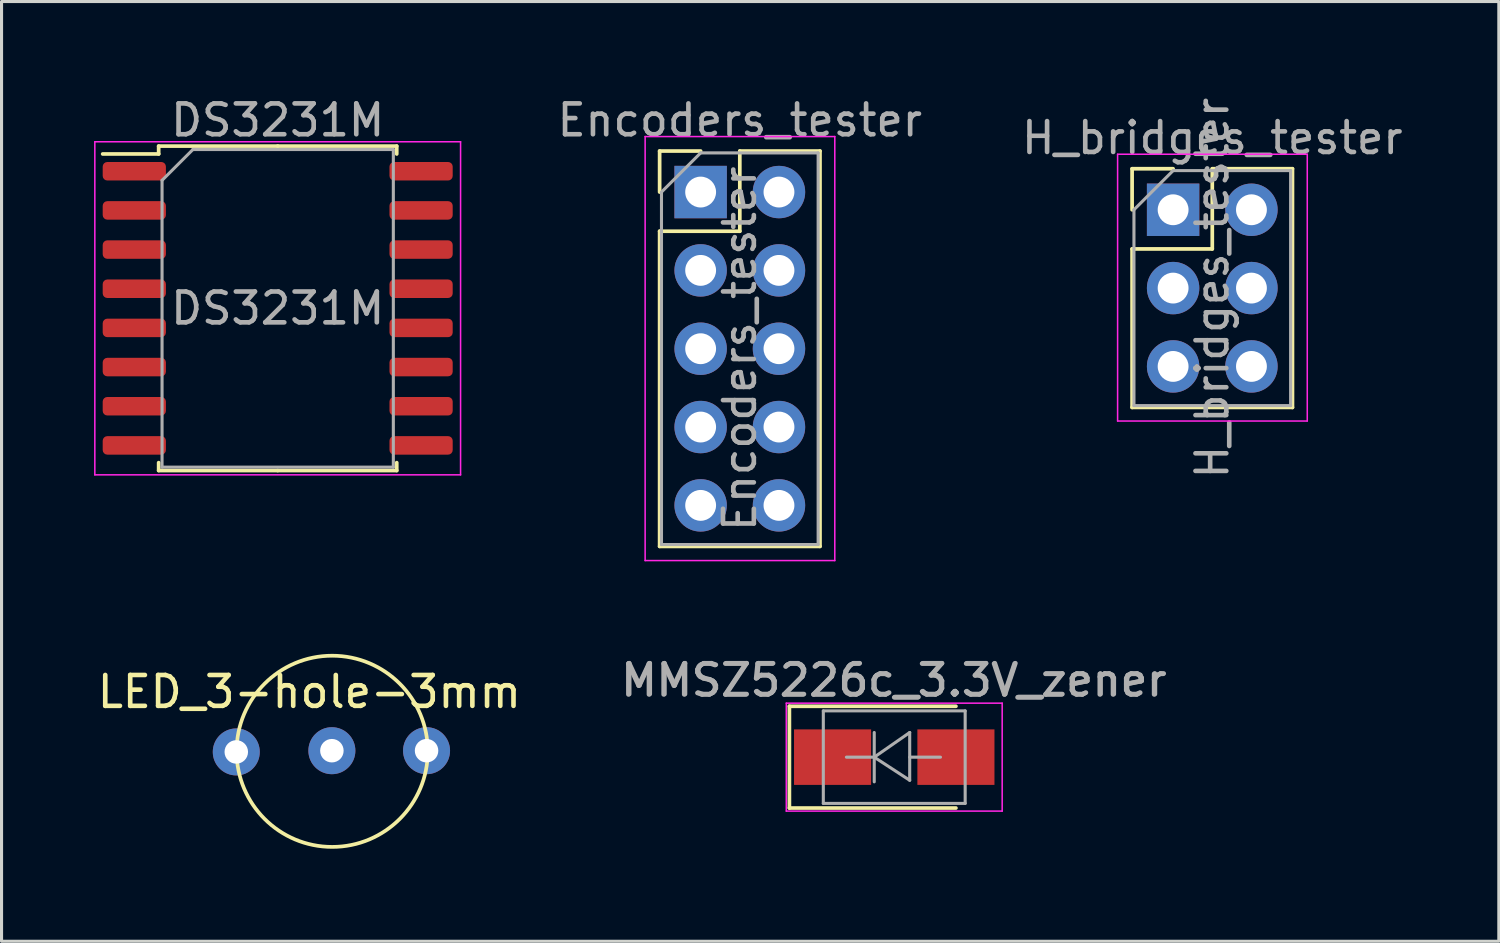
<source format=kicad_pcb>
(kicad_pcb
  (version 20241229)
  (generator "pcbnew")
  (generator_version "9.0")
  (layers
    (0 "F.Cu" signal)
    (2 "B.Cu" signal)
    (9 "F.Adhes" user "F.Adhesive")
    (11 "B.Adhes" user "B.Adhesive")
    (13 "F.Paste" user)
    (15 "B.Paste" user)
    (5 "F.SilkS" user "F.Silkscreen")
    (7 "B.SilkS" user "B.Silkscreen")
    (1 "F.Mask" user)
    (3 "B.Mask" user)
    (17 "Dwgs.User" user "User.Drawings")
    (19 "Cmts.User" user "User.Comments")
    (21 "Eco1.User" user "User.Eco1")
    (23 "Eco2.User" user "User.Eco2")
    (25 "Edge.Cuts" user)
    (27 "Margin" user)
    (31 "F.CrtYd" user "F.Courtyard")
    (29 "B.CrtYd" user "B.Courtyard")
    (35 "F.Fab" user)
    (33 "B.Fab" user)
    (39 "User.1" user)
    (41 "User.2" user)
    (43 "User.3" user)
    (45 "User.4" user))
  (footprint "H_bridges_tester"
    (layer "F.Cu")
    (at 34.991 3.752)
    (property "Reference" "H_bridges_tester" (at 1.27 -2.33 0) (layer "F.Fab") (effects (font (size 1 1) (thickness 0.15))))
    (attr through_hole)
    (fp_line (start -1.33 -1.33) (end 0 -1.33) (stroke (width 0.12) (type solid)) (layer "F.SilkS"))
    (fp_line (start -1.33 0) (end -1.33 -1.33) (stroke (width 0.12) (type solid)) (layer "F.SilkS"))
    (fp_line (start -1.33 1.27) (end -1.33 6.41) (stroke (width 0.12) (type solid)) (layer "F.SilkS"))
    (fp_line (start -1.33 1.27) (end 1.27 1.27) (stroke (width 0.12) (type solid)) (layer "F.SilkS"))
    (fp_line (start -1.33 6.41) (end 3.87 6.41) (stroke (width 0.12) (type solid)) (layer "F.SilkS"))
    (fp_line (start 1.27 -1.33) (end 3.87 -1.33) (stroke (width 0.12) (type solid)) (layer "F.SilkS"))
    (fp_line (start 1.27 1.27) (end 1.27 -1.33) (stroke (width 0.12) (type solid)) (layer "F.SilkS"))
    (fp_line (start 3.87 -1.33) (end 3.87 6.41) (stroke (width 0.12) (type solid)) (layer "F.SilkS"))
    (fp_line (start -1.8 -1.8) (end -1.8 6.85) (stroke (width 0.05) (type solid)) (layer "F.CrtYd"))
    (fp_line (start -1.8 6.85) (end 4.35 6.85) (stroke (width 0.05) (type solid)) (layer "F.CrtYd"))
    (fp_line (start 4.35 -1.8) (end -1.8 -1.8) (stroke (width 0.05) (type solid)) (layer "F.CrtYd"))
    (fp_line (start 4.35 6.85) (end 4.35 -1.8) (stroke (width 0.05) (type solid)) (layer "F.CrtYd"))
    (fp_line (start -1.27 0) (end 0 -1.27) (stroke (width 0.1) (type solid)) (layer "F.Fab"))
    (fp_line (start -1.27 6.35) (end -1.27 0) (stroke (width 0.1) (type solid)) (layer "F.Fab"))
    (fp_line (start 0 -1.27) (end 3.81 -1.27) (stroke (width 0.1) (type solid)) (layer "F.Fab"))
    (fp_line (start 3.81 -1.27) (end 3.81 6.35) (stroke (width 0.1) (type solid)) (layer "F.Fab"))
    (fp_line (start 3.81 6.35) (end -1.27 6.35) (stroke (width 0.1) (type solid)) (layer "F.Fab"))
    (fp_text user "${REFERENCE}" (at 1.27 2.54 90) (layer "F.Fab") (effects (font (size 1 1) (thickness 0.15))))
    (pad "1" thru_hole rect (at 0 0) (size 1.7 1.7) (drill 1) (layers "*.Cu" "*.Mask"))
    (pad "2" thru_hole oval (at 2.54 0) (size 1.7 1.7) (drill 1) (layers "*.Cu" "*.Mask"))
    (pad "3" thru_hole oval (at 0 2.54) (size 1.7 1.7) (drill 1) (layers "*.Cu" "*.Mask"))
    (pad "4" thru_hole oval (at 2.54 2.54) (size 1.7 1.7) (drill 1) (layers "*.Cu" "*.Mask"))
    (pad "5" thru_hole oval (at 0 5.08) (size 1.7 1.7) (drill 1) (layers "*.Cu" "*.Mask"))
    (pad "6" thru_hole oval (at 2.54 5.08) (size 1.7 1.7) (drill 1) (layers "*.Cu" "*.Mask")))
  (footprint "DS3231M"
    (layer "F.Cu")
    (at 5.955 6.948)
    (property "Reference" "DS3231M" (at 0 -6.1 0) (layer "F.Fab") (effects (font (size 1 1) (thickness 0.15))))
    (attr smd)
    (fp_line (start -3.86 -5.26) (end -3.86 -5.005) (stroke (width 0.12) (type solid)) (layer "F.SilkS"))
    (fp_line (start -3.86 -5.005) (end -5.675 -5.005) (stroke (width 0.12) (type solid)) (layer "F.SilkS"))
    (fp_line (start -3.86 5.26) (end -3.86 5.005) (stroke (width 0.12) (type solid)) (layer "F.SilkS"))
    (fp_line (start 0 -5.26) (end -3.86 -5.26) (stroke (width 0.12) (type solid)) (layer "F.SilkS"))
    (fp_line (start 0 -5.26) (end 3.86 -5.26) (stroke (width 0.12) (type solid)) (layer "F.SilkS"))
    (fp_line (start 0 5.26) (end -3.86 5.26) (stroke (width 0.12) (type solid)) (layer "F.SilkS"))
    (fp_line (start 0 5.26) (end 3.86 5.26) (stroke (width 0.12) (type solid)) (layer "F.SilkS"))
    (fp_line (start 3.86 -5.26) (end 3.86 -5.005) (stroke (width 0.12) (type solid)) (layer "F.SilkS"))
    (fp_line (start 3.86 5.26) (end 3.86 5.005) (stroke (width 0.12) (type solid)) (layer "F.SilkS"))
    (fp_line (start -5.93 -5.4) (end -5.93 5.4) (stroke (width 0.05) (type solid)) (layer "F.CrtYd"))
    (fp_line (start -5.93 5.4) (end 5.93 5.4) (stroke (width 0.05) (type solid)) (layer "F.CrtYd"))
    (fp_line (start 5.93 -5.4) (end -5.93 -5.4) (stroke (width 0.05) (type solid)) (layer "F.CrtYd"))
    (fp_line (start 5.93 5.4) (end 5.93 -5.4) (stroke (width 0.05) (type solid)) (layer "F.CrtYd"))
    (fp_line (start -3.75 -4.15) (end -2.75 -5.15) (stroke (width 0.1) (type solid)) (layer "F.Fab"))
    (fp_line (start -3.75 5.15) (end -3.75 -4.15) (stroke (width 0.1) (type solid)) (layer "F.Fab"))
    (fp_line (start -2.75 -5.15) (end 3.75 -5.15) (stroke (width 0.1) (type solid)) (layer "F.Fab"))
    (fp_line (start 3.75 -5.15) (end 3.75 5.15) (stroke (width 0.1) (type solid)) (layer "F.Fab"))
    (fp_line (start 3.75 5.15) (end -3.75 5.15) (stroke (width 0.1) (type solid)) (layer "F.Fab"))
    (fp_text user "${REFERENCE}" (at 0 0 0) (layer "F.Fab") (effects (font (size 1 1) (thickness 0.15))))
    (pad "1" smd roundrect (at -4.65 -4.445) (size 2.05 0.6) (layers "F.Cu" "F.Mask" "F.Paste") (roundrect_rratio 0.25))
    (pad "2" smd roundrect (at -4.65 -3.175) (size 2.05 0.6) (layers "F.Cu" "F.Mask" "F.Paste") (roundrect_rratio 0.25))
    (pad "3" smd roundrect (at -4.65 -1.905) (size 2.05 0.6) (layers "F.Cu" "F.Mask" "F.Paste") (roundrect_rratio 0.25))
    (pad "4" smd roundrect (at -4.65 -0.635) (size 2.05 0.6) (layers "F.Cu" "F.Mask" "F.Paste") (roundrect_rratio 0.25))
    (pad "5" smd roundrect (at -4.65 0.635) (size 2.05 0.6) (layers "F.Cu" "F.Mask" "F.Paste") (roundrect_rratio 0.25))
    (pad "6" smd roundrect (at -4.65 1.905) (size 2.05 0.6) (layers "F.Cu" "F.Mask" "F.Paste") (roundrect_rratio 0.25))
    (pad "7" smd roundrect (at -4.65 3.175) (size 2.05 0.6) (layers "F.Cu" "F.Mask" "F.Paste") (roundrect_rratio 0.25))
    (pad "8" smd roundrect (at -4.65 4.445) (size 2.05 0.6) (layers "F.Cu" "F.Mask" "F.Paste") (roundrect_rratio 0.25))
    (pad "9" smd roundrect (at 4.65 4.445) (size 2.05 0.6) (layers "F.Cu" "F.Mask" "F.Paste") (roundrect_rratio 0.25))
    (pad "10" smd roundrect (at 4.65 3.175) (size 2.05 0.6) (layers "F.Cu" "F.Mask" "F.Paste") (roundrect_rratio 0.25))
    (pad "11" smd roundrect (at 4.65 1.905) (size 2.05 0.6) (layers "F.Cu" "F.Mask" "F.Paste") (roundrect_rratio 0.25))
    (pad "12" smd roundrect (at 4.65 0.635) (size 2.05 0.6) (layers "F.Cu" "F.Mask" "F.Paste") (roundrect_rratio 0.25))
    (pad "13" smd roundrect (at 4.65 -0.635) (size 2.05 0.6) (layers "F.Cu" "F.Mask" "F.Paste") (roundrect_rratio 0.25))
    (pad "14" smd roundrect (at 4.65 -1.905) (size 2.05 0.6) (layers "F.Cu" "F.Mask" "F.Paste") (roundrect_rratio 0.25))
    (pad "15" smd roundrect (at 4.65 -3.175) (size 2.05 0.6) (layers "F.Cu" "F.Mask" "F.Paste") (roundrect_rratio 0.25))
    (pad "16" smd roundrect (at 4.65 -4.445) (size 2.05 0.6) (layers "F.Cu" "F.Mask" "F.Paste") (roundrect_rratio 0.25)))
  (footprint "MMSZ5226c_3.3V_zener"
    (layer "F.Cu")
    (at 25.948 21.502)
    (property "Reference" "MMSZ5226c_3.3V_zener" (at -0.025 -2.489 0) (layer "F.Fab") (effects (font (size 1 1) (thickness 0.15))))
    (attr smd)
    (fp_line (start -3.4 -1.65) (end -3.4 1.65) (stroke (width 0.12) (type solid)) (layer "F.SilkS"))
    (fp_line (start -3.4 -1.65) (end 2 -1.65) (stroke (width 0.12) (type solid)) (layer "F.SilkS"))
    (fp_line (start -3.4 1.65) (end 2 1.65) (stroke (width 0.12) (type solid)) (layer "F.SilkS"))
    (fp_line (start -3.5 -1.75) (end 3.5 -1.75) (stroke (width 0.05) (type solid)) (layer "F.CrtYd"))
    (fp_line (start -3.5 1.75) (end -3.5 -1.75) (stroke (width 0.05) (type solid)) (layer "F.CrtYd"))
    (fp_line (start 3.5 -1.75) (end 3.5 1.75) (stroke (width 0.05) (type solid)) (layer "F.CrtYd"))
    (fp_line (start 3.5 1.75) (end -3.5 1.75) (stroke (width 0.05) (type solid)) (layer "F.CrtYd"))
    (fp_line (start -2.3 1.5) (end -2.3 -1.5) (stroke (width 0.1) (type solid)) (layer "F.Fab"))
    (fp_line (start -0.649 -0.799) (end -0.649 0.801) (stroke (width 0.1) (type solid)) (layer "F.Fab"))
    (fp_line (start -0.649 0.001) (end -1.551 0.001) (stroke (width 0.1) (type solid)) (layer "F.Fab"))
    (fp_line (start -0.649 0.001) (end 0.501 -0.799) (stroke (width 0.1) (type solid)) (layer "F.Fab"))
    (fp_line (start -0.649 0.001) (end 0.501 0.75) (stroke (width 0.1) (type solid)) (layer "F.Fab"))
    (fp_line (start 0.501 0.001) (end 1.499 0.001) (stroke (width 0.1) (type solid)) (layer "F.Fab"))
    (fp_line (start 0.501 0.75) (end 0.501 -0.799) (stroke (width 0.1) (type solid)) (layer "F.Fab"))
    (fp_line (start 2.3 -1.5) (end -2.3 -1.5) (stroke (width 0.1) (type solid)) (layer "F.Fab"))
    (fp_line (start 2.3 -1.5) (end 2.3 1.5) (stroke (width 0.1) (type solid)) (layer "F.Fab"))
    (fp_line (start 2.3 1.5) (end -2.3 1.5) (stroke (width 0.1) (type solid)) (layer "F.Fab"))
    (fp_text user "${REFERENCE}" (at 0 -2.5 0) (layer "F.Fab") (effects (font (size 1 1) (thickness 0.15))))
    (pad "1" smd rect (at -2 0) (size 2.5 1.8) (layers "F.Cu" "F.Mask" "F.Paste"))
    (pad "2" smd rect (at 2 0) (size 2.5 1.8) (layers "F.Cu" "F.Mask" "F.Paste")))
  (footprint "Encoders_tester"
    (layer "F.Cu")
    (at 19.67 3.178)
    (property "Reference" "Encoders_tester" (at 1.27 -2.33 0) (layer "F.Fab") (effects (font (size 1 1) (thickness 0.15))))
    (attr through_hole)
    (fp_line (start -1.33 -1.33) (end 0 -1.33) (stroke (width 0.12) (type solid)) (layer "F.SilkS"))
    (fp_line (start -1.33 0) (end -1.33 -1.33) (stroke (width 0.12) (type solid)) (layer "F.SilkS"))
    (fp_line (start -1.33 1.27) (end -1.33 11.49) (stroke (width 0.12) (type solid)) (layer "F.SilkS"))
    (fp_line (start -1.33 1.27) (end 1.27 1.27) (stroke (width 0.12) (type solid)) (layer "F.SilkS"))
    (fp_line (start -1.33 11.49) (end 3.87 11.49) (stroke (width 0.12) (type solid)) (layer "F.SilkS"))
    (fp_line (start 1.27 -1.33) (end 3.87 -1.33) (stroke (width 0.12) (type solid)) (layer "F.SilkS"))
    (fp_line (start 1.27 1.27) (end 1.27 -1.33) (stroke (width 0.12) (type solid)) (layer "F.SilkS"))
    (fp_line (start 3.87 -1.33) (end 3.87 11.49) (stroke (width 0.12) (type solid)) (layer "F.SilkS"))
    (fp_line (start -1.8 -1.8) (end -1.8 11.95) (stroke (width 0.05) (type solid)) (layer "F.CrtYd"))
    (fp_line (start -1.8 11.95) (end 4.35 11.95) (stroke (width 0.05) (type solid)) (layer "F.CrtYd"))
    (fp_line (start 4.35 -1.8) (end -1.8 -1.8) (stroke (width 0.05) (type solid)) (layer "F.CrtYd"))
    (fp_line (start 4.35 11.95) (end 4.35 -1.8) (stroke (width 0.05) (type solid)) (layer "F.CrtYd"))
    (fp_line (start -1.27 0) (end 0 -1.27) (stroke (width 0.1) (type solid)) (layer "F.Fab"))
    (fp_line (start -1.27 11.43) (end -1.27 0) (stroke (width 0.1) (type solid)) (layer "F.Fab"))
    (fp_line (start 0 -1.27) (end 3.81 -1.27) (stroke (width 0.1) (type solid)) (layer "F.Fab"))
    (fp_line (start 3.81 -1.27) (end 3.81 11.43) (stroke (width 0.1) (type solid)) (layer "F.Fab"))
    (fp_line (start 3.81 11.43) (end -1.27 11.43) (stroke (width 0.1) (type solid)) (layer "F.Fab"))
    (fp_text user "${REFERENCE}" (at 1.27 5.08 90) (layer "F.Fab") (effects (font (size 1 1) (thickness 0.15))))
    (pad "1" thru_hole rect (at 0 0) (size 1.7 1.7) (drill 1) (layers "*.Cu" "*.Mask"))
    (pad "2" thru_hole oval (at 2.54 0) (size 1.7 1.7) (drill 1) (layers "*.Cu" "*.Mask"))
    (pad "3" thru_hole oval (at 0 2.54) (size 1.7 1.7) (drill 1) (layers "*.Cu" "*.Mask"))
    (pad "4" thru_hole oval (at 2.54 2.54) (size 1.7 1.7) (drill 1) (layers "*.Cu" "*.Mask"))
    (pad "5" thru_hole oval (at 0 5.08) (size 1.7 1.7) (drill 1) (layers "*.Cu" "*.Mask"))
    (pad "6" thru_hole oval (at 2.54 5.08) (size 1.7 1.7) (drill 1) (layers "*.Cu" "*.Mask"))
    (pad "7" thru_hole oval (at 0 7.62) (size 1.7 1.7) (drill 1) (layers "*.Cu" "*.Mask"))
    (pad "8" thru_hole oval (at 2.54 7.62) (size 1.7 1.7) (drill 1) (layers "*.Cu" "*.Mask"))
    (pad "9" thru_hole oval (at 0 10.16) (size 1.7 1.7) (drill 1) (layers "*.Cu" "*.Mask"))
    (pad "10" thru_hole oval (at 2.54 10.16) (size 1.7 1.7) (drill 1) (layers "*.Cu" "*.Mask")))
  (footprint "LED_3-hole-3mm"
    (layer "F.Cu")
    (at 6.982 18.883)
    (property "Reference" "LED_3-hole-3mm" (at 0 0.5 0) (layer "F.SilkS") (effects (font (size 1 1) (thickness 0.15))))
    (attr through_hole)
    (fp_circle (center 0.74 2.43) (end 3.84 2.43) (stroke (width 0.12) (type solid)) (fill no) (layer "F.SilkS"))
    (pad "1" thru_hole circle (at -2.37 2.45) (size 1.524 1.524) (drill 0.762) (layers "*.Cu" "*.Mask"))
    (pad "2" thru_hole circle (at 0.73 2.41) (size 1.524 1.524) (drill 0.762) (layers "*.Cu" "*.Mask"))
    (pad "3" thru_hole circle (at 3.8 2.41) (size 1.524 1.524) (drill 0.762) (layers "*.Cu" "*.Mask")))
  (gr_rect
    (start -3 -3)
    (end 45.553 27.473)
    (stroke (width 0.1) (type default))
    (fill no)
    (layer "Edge.Cuts")))
</source>
